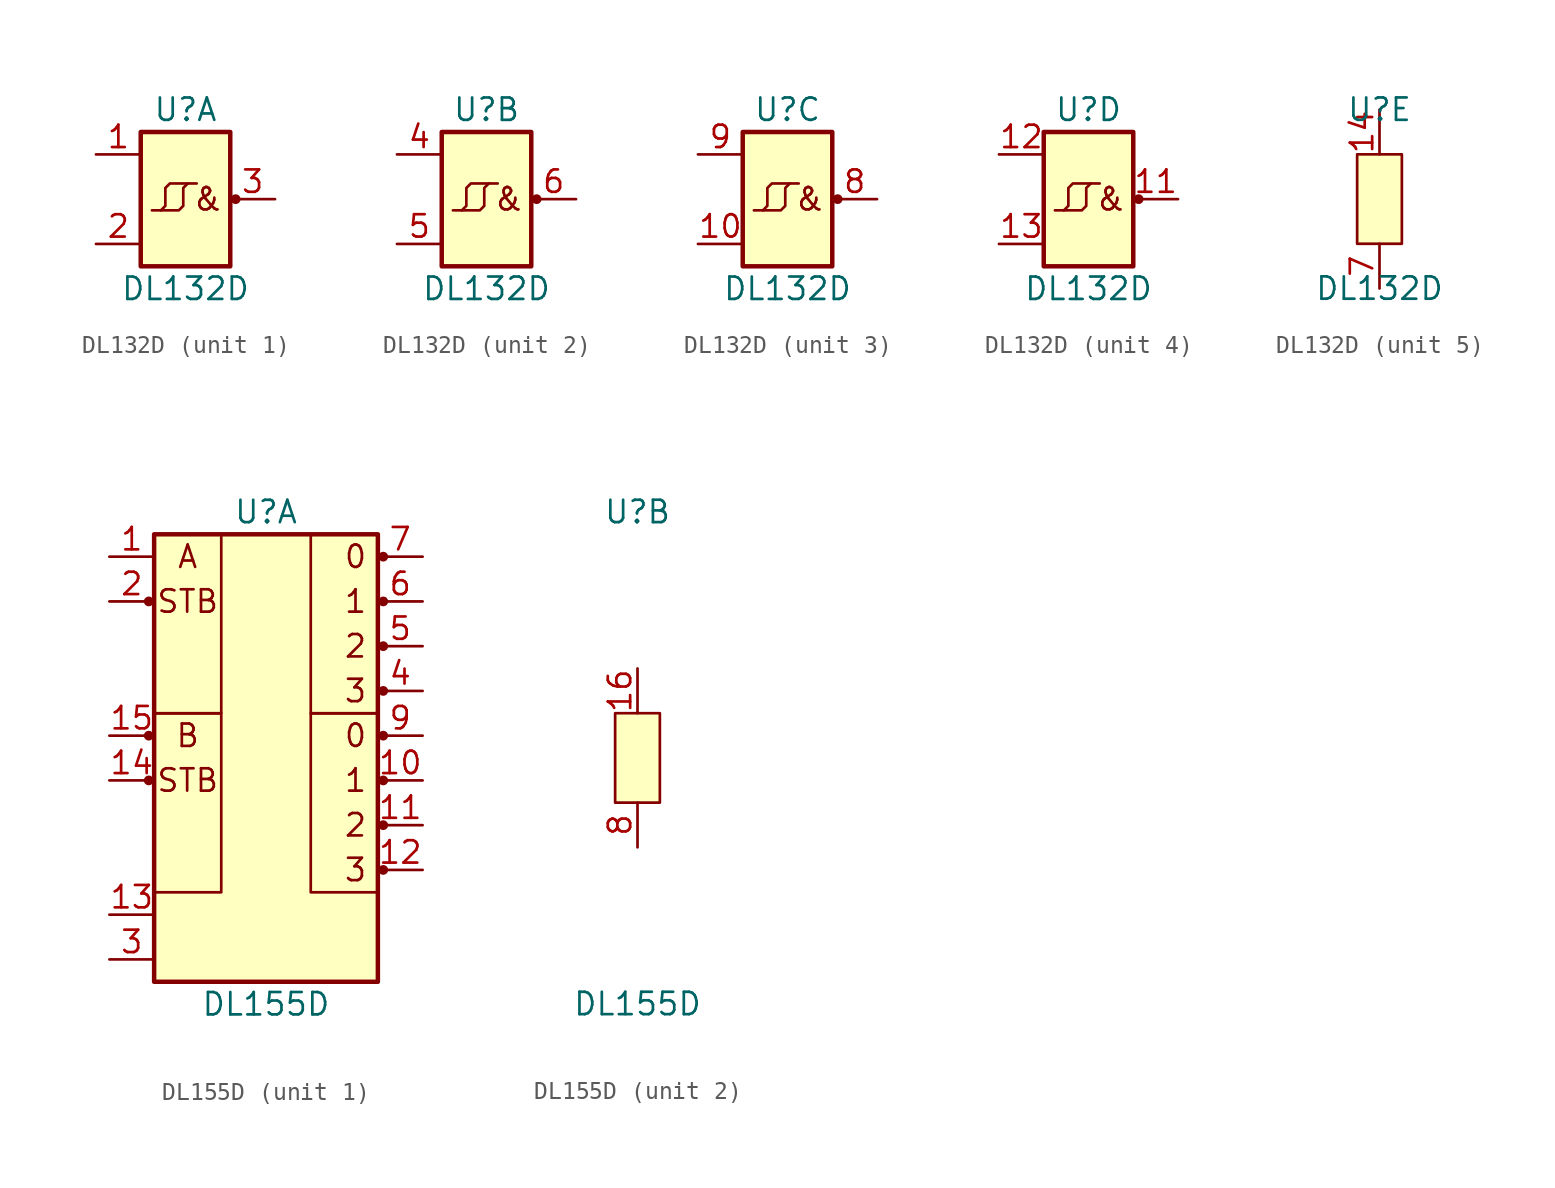
<source format=kicad_sym>
(kicad_symbol_lib
  (version 20211014)
  (generator kicad_symbol_editor)
  (symbol "DL132D"
    (pin_names
      (offset 1.016) hide)
    (property "Reference" "U"
      (at 0 5.08 0)
      (effects (font (size 1.27 1.27))))
    (property "Value" "DL132D"
      (at 0 -5.08 0)
      (effects (font (size 1.27 1.27))))
    (property "ki_locked" ""
      (at 0 0 0)
      (effects (font (size 1.27 1.27))))
    (symbol "DL132D_1_0"
      (pin output line (at 5.08 0 180) (length 2.54) (name "Y1" (effects (font (size 1.27 1.27)))) (number "3" (effects (font (size 1.27 1.27))))))
    (symbol "DL132D_1_1"
      (rectangle (start -2.54 3.81) (end 2.54 -3.81) (stroke (width 0.254) (type default) (color 0 0 0 0)) (fill (type background)))
      (polyline (pts (xy 0.127 0.889) (xy -0.889 0.889) (xy -1.143 0.635) (xy -1.143 -0.381) (xy -1.397 -0.635)) (stroke (width 0) (type default) (color 0 0 0 0)) (fill (type none)))
      (polyline (pts (xy -1.905 -0.635) (xy -0.381 -0.635) (xy -0.127 -0.381) (xy -0.127 0.635) (xy 0.127 0.889) (xy 0.635 0.889)) (stroke (width 0) (type default) (color 0 0 0 0)) (fill (type none)))
      (circle (center 2.845 0) (radius 0.203) (stroke (width 0) (type default) (color 0 0 0 0)) (fill (type outline)))
      (text "&" (at 1.27 0 0) (effects (font (size 1.27 1.27))))
      (pin input line (at -5.08 2.54 0) (length 2.54) (name "A1" (effects (font (size 1.27 1.27)))) (number "1" (effects (font (size 1.27 1.27)))))
      (pin input line (at -5.08 -2.54 0) (length 2.54) (name "B1" (effects (font (size 1.27 1.27)))) (number "2" (effects (font (size 1.27 1.27))))))
    (symbol "DL132D_2_0"
      (pin input line (at -5.08 2.54 0) (length 2.54) (name "A2" (effects (font (size 1.27 1.27)))) (number "4" (effects (font (size 1.27 1.27)))))
      (pin input line (at -5.08 -2.54 0) (length 2.54) (name "B2" (effects (font (size 1.27 1.27)))) (number "5" (effects (font (size 1.27 1.27)))))
      (pin output line (at 5.08 0 180) (length 2.54) (name "Y2" (effects (font (size 1.27 1.27)))) (number "6" (effects (font (size 1.27 1.27))))))
    (symbol "DL132D_2_1"
      (rectangle (start -2.54 3.81) (end 2.54 -3.81) (stroke (width 0.254) (type default) (color 0 0 0 0)) (fill (type background)))
      (polyline (pts (xy 0.127 0.889) (xy -0.889 0.889) (xy -1.143 0.635) (xy -1.143 -0.381) (xy -1.397 -0.635)) (stroke (width 0) (type default) (color 0 0 0 0)) (fill (type none)))
      (polyline (pts (xy -1.905 -0.635) (xy -0.381 -0.635) (xy -0.127 -0.381) (xy -0.127 0.635) (xy 0.127 0.889) (xy 0.635 0.889)) (stroke (width 0) (type default) (color 0 0 0 0)) (fill (type none)))
      (circle (center 2.845 0) (radius 0.203) (stroke (width 0) (type default) (color 0 0 0 0)) (fill (type outline)))
      (text "&" (at 1.27 0 0) (effects (font (size 1.27 1.27)))))
    (symbol "DL132D_3_0"
      (pin output line (at 5.08 0 180) (length 2.54) (name "Y3" (effects (font (size 1.27 1.27)))) (number "8" (effects (font (size 1.27 1.27))))))
    (symbol "DL132D_3_1"
      (rectangle (start -2.54 3.81) (end 2.54 -3.81) (stroke (width 0.254) (type default) (color 0 0 0 0)) (fill (type background)))
      (polyline (pts (xy 0.127 0.889) (xy -0.889 0.889) (xy -1.143 0.635) (xy -1.143 -0.381) (xy -1.397 -0.635)) (stroke (width 0) (type default) (color 0 0 0 0)) (fill (type none)))
      (polyline (pts (xy -1.905 -0.635) (xy -0.381 -0.635) (xy -0.127 -0.381) (xy -0.127 0.635) (xy 0.127 0.889) (xy 0.635 0.889)) (stroke (width 0) (type default) (color 0 0 0 0)) (fill (type none)))
      (circle (center 2.845 0) (radius 0.203) (stroke (width 0) (type default) (color 0 0 0 0)) (fill (type outline)))
      (text "&" (at 1.27 0 0) (effects (font (size 1.27 1.27))))
      (pin input line (at -5.08 -2.54 0) (length 2.54) (name "B3" (effects (font (size 1.27 1.27)))) (number "10" (effects (font (size 1.27 1.27)))))
      (pin input line (at -5.08 2.54 0) (length 2.54) (name "A3" (effects (font (size 1.27 1.27)))) (number "9" (effects (font (size 1.27 1.27))))))
    (symbol "DL132D_4_0"
      (pin output line (at 5.08 0 180) (length 2.54) (name "Y4" (effects (font (size 1.27 1.27)))) (number "11" (effects (font (size 1.27 1.27))))))
    (symbol "DL132D_4_1"
      (rectangle (start -2.54 3.81) (end 2.54 -3.81) (stroke (width 0.254) (type default) (color 0 0 0 0)) (fill (type background)))
      (polyline (pts (xy 0.127 0.889) (xy -0.889 0.889) (xy -1.143 0.635) (xy -1.143 -0.381) (xy -1.397 -0.635)) (stroke (width 0) (type default) (color 0 0 0 0)) (fill (type none)))
      (polyline (pts (xy -1.905 -0.635) (xy -0.381 -0.635) (xy -0.127 -0.381) (xy -0.127 0.635) (xy 0.127 0.889) (xy 0.635 0.889)) (stroke (width 0) (type default) (color 0 0 0 0)) (fill (type none)))
      (circle (center 2.845 0) (radius 0.203) (stroke (width 0) (type default) (color 0 0 0 0)) (fill (type outline)))
      (text "&" (at 1.27 0 0) (effects (font (size 1.27 1.27))))
      (pin input line (at -5.08 2.54 0) (length 2.54) (name "A4" (effects (font (size 1.27 1.27)))) (number "12" (effects (font (size 1.27 1.27)))))
      (pin input line (at -5.08 -2.54 0) (length 2.54) (name "B4" (effects (font (size 1.27 1.27)))) (number "13" (effects (font (size 1.27 1.27))))))
    (symbol "DL132D_5_1"
      (rectangle (start -1.27 2.54) (end 1.27 -2.54) (stroke (width 0) (type default) (color 0 0 0 0)) (fill (type background)))
      (pin power_in line (at 0 5.08 270) (length 2.54) (name "Vcc" (effects (font (size 1.27 1.27)))) (number "14" (effects (font (size 1.27 1.27)))))
      (pin power_in line (at 0 -5.08 90) (length 2.54) (name "GND" (effects (font (size 1.27 1.27)))) (number "7" (effects (font (size 1.27 1.27)))))))
  (symbol "DL155D"
    (pin_names
      (offset 1.016) hide)
    (property "Reference" "U"
      (at 0 13.97 0)
      (effects (font (size 1.27 1.27))))
    (property "Value" "DL155D"
      (at 0 -13.97 0)
      (effects (font (size 1.27 1.27))))
    (property "ki_locked" ""
      (at 0 0 0)
      (effects (font (size 1.27 1.27))))
    (symbol "DL155D_1_1"
      (circle (center -6.655 -1.27) (radius 0.203) (stroke (width 0) (type default) (color 0 0 0 0)) (fill (type outline)))
      (circle (center -6.655 1.27) (radius 0.203) (stroke (width 0) (type default) (color 0 0 0 0)) (fill (type outline)))
      (circle (center -6.655 8.89) (radius 0.203) (stroke (width 0) (type default) (color 0 0 0 0)) (fill (type outline)))
      (rectangle (start -6.35 2.54) (end -2.54 -7.62) (stroke (width 0) (type default) (color 0 0 0 0)) (fill (type none)))
      (rectangle (start -6.35 12.7) (end -2.54 2.54) (stroke (width 0) (type default) (color 0 0 0 0)) (fill (type none)))
      (rectangle (start -6.35 12.7) (end 6.35 -12.7) (stroke (width 0.254) (type default) (color 0 0 0 0)) (fill (type background)))
      (rectangle (start 2.54 2.54) (end 6.35 -7.62) (stroke (width 0) (type default) (color 0 0 0 0)) (fill (type none)))
      (rectangle (start 2.54 12.7) (end 6.35 2.54) (stroke (width 0) (type default) (color 0 0 0 0)) (fill (type none)))
      (circle (center 6.655 -6.35) (radius 0.203) (stroke (width 0) (type default) (color 0 0 0 0)) (fill (type outline)))
      (circle (center 6.655 -3.81) (radius 0.203) (stroke (width 0) (type default) (color 0 0 0 0)) (fill (type outline)))
      (circle (center 6.655 -1.27) (radius 0.203) (stroke (width 0) (type default) (color 0 0 0 0)) (fill (type outline)))
      (circle (center 6.655 1.27) (radius 0.203) (stroke (width 0) (type default) (color 0 0 0 0)) (fill (type outline)))
      (circle (center 6.655 3.81) (radius 0.203) (stroke (width 0) (type default) (color 0 0 0 0)) (fill (type outline)))
      (circle (center 6.655 6.35) (radius 0.203) (stroke (width 0) (type default) (color 0 0 0 0)) (fill (type outline)))
      (circle (center 6.655 8.89) (radius 0.203) (stroke (width 0) (type default) (color 0 0 0 0)) (fill (type outline)))
      (circle (center 6.655 11.43) (radius 0.203) (stroke (width 0) (type default) (color 0 0 0 0)) (fill (type outline)))
      (text "0" (at 5.08 1.27 0) (effects (font (size 1.27 1.27))))
      (text "0" (at 5.08 11.43 0) (effects (font (size 1.27 1.27))))
      (text "1" (at 5.08 -1.27 0) (effects (font (size 1.27 1.27))))
      (text "1" (at 5.08 8.89 0) (effects (font (size 1.27 1.27))))
      (text "2" (at 5.08 -3.81 0) (effects (font (size 1.27 1.27))))
      (text "2" (at 5.08 6.35 0) (effects (font (size 1.27 1.27))))
      (text "3" (at 5.08 -6.35 0) (effects (font (size 1.27 1.27))))
      (text "3" (at 5.08 3.81 0) (effects (font (size 1.27 1.27))))
      (text "A" (at -4.445 11.43 0) (effects (font (size 1.27 1.27))))
      (text "B" (at -4.445 1.27 0) (effects (font (size 1.27 1.27))))
      (text "STB" (at -4.445 -1.27 0) (effects (font (size 1.27 1.27))))
      (text "STB" (at -4.445 8.89 0) (effects (font (size 1.27 1.27))))
      (pin input line (at -8.89 11.43 0) (length 2.54) (name "1A" (effects (font (size 1.27 1.27)))) (number "1" (effects (font (size 1.27 1.27)))))
      (pin output line (at 8.89 -1.27 180) (length 2.54) (name "2Y1" (effects (font (size 1.27 1.27)))) (number "10" (effects (font (size 1.27 1.27)))))
      (pin output line (at 8.89 -3.81 180) (length 2.54) (name "2Y2" (effects (font (size 1.27 1.27)))) (number "11" (effects (font (size 1.27 1.27)))))
      (pin output line (at 8.89 -6.35 180) (length 2.54) (name "2Y3" (effects (font (size 1.27 1.27)))) (number "12" (effects (font (size 1.27 1.27)))))
      (pin input line (at -8.89 -8.89 0) (length 2.54) (name "S0" (effects (font (size 1.27 1.27)))) (number "13" (effects (font (size 1.27 1.27)))))
      (pin input line (at -8.89 -1.27 0) (length 2.54) (name "2STB" (effects (font (size 1.27 1.27)))) (number "14" (effects (font (size 1.27 1.27)))))
      (pin input line (at -8.89 1.27 0) (length 2.54) (name "2A" (effects (font (size 1.27 1.27)))) (number "15" (effects (font (size 1.27 1.27)))))
      (pin input line (at -8.89 8.89 0) (length 2.54) (name "1STB" (effects (font (size 1.27 1.27)))) (number "2" (effects (font (size 1.27 1.27)))))
      (pin input line (at -8.89 -11.43 0) (length 2.54) (name "S1" (effects (font (size 1.27 1.27)))) (number "3" (effects (font (size 1.27 1.27)))))
      (pin output line (at 8.89 3.81 180) (length 2.54) (name "1Y3" (effects (font (size 1.27 1.27)))) (number "4" (effects (font (size 1.27 1.27)))))
      (pin output line (at 8.89 6.35 180) (length 2.54) (name "1Y2" (effects (font (size 1.27 1.27)))) (number "5" (effects (font (size 1.27 1.27)))))
      (pin output line (at 8.89 8.89 180) (length 2.54) (name "1Y1" (effects (font (size 1.27 1.27)))) (number "6" (effects (font (size 1.27 1.27)))))
      (pin output line (at 8.89 11.43 180) (length 2.54) (name "1Y0" (effects (font (size 1.27 1.27)))) (number "7" (effects (font (size 1.27 1.27)))))
      (pin output line (at 8.89 1.27 180) (length 2.54) (name "2Y0" (effects (font (size 1.27 1.27)))) (number "9" (effects (font (size 1.27 1.27))))))
    (symbol "DL155D_2_1"
      (rectangle (start -1.27 2.54) (end 1.27 -2.54) (stroke (width 0) (type default) (color 0 0 0 0)) (fill (type background)))
      (pin power_in line (at 0 5.08 270) (length 2.54) (name "Vcc" (effects (font (size 1.27 1.27)))) (number "16" (effects (font (size 1.27 1.27)))))
      (pin power_in line (at 0 -5.08 90) (length 2.54) (name "GND" (effects (font (size 1.27 1.27)))) (number "8" (effects (font (size 1.27 1.27))))))))
</source>
